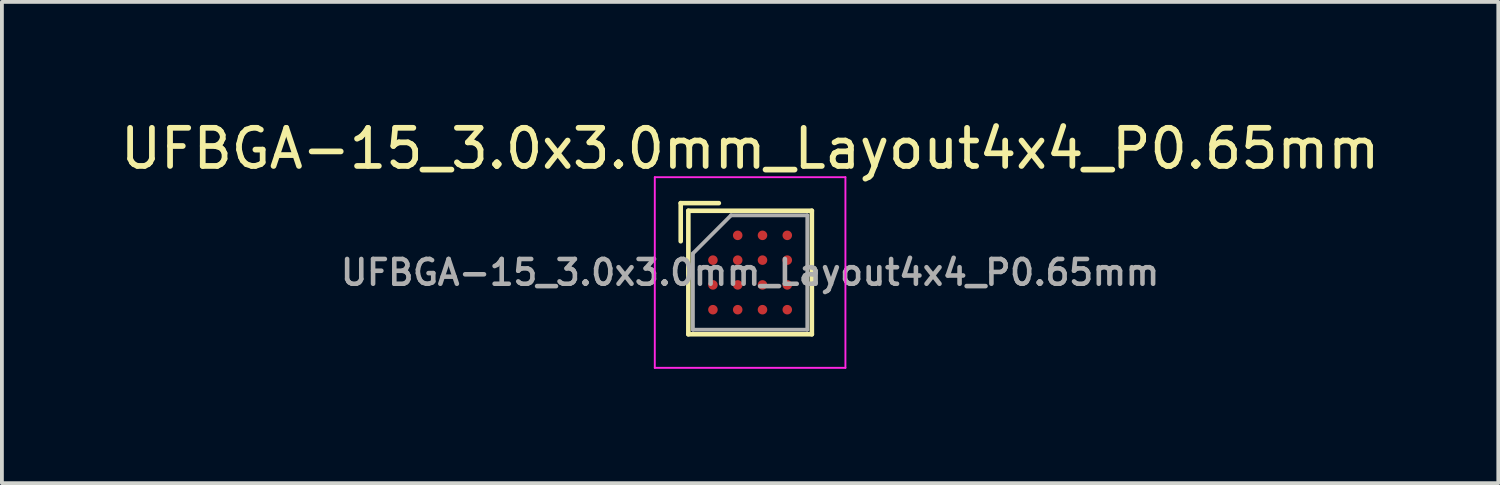
<source format=kicad_pcb>
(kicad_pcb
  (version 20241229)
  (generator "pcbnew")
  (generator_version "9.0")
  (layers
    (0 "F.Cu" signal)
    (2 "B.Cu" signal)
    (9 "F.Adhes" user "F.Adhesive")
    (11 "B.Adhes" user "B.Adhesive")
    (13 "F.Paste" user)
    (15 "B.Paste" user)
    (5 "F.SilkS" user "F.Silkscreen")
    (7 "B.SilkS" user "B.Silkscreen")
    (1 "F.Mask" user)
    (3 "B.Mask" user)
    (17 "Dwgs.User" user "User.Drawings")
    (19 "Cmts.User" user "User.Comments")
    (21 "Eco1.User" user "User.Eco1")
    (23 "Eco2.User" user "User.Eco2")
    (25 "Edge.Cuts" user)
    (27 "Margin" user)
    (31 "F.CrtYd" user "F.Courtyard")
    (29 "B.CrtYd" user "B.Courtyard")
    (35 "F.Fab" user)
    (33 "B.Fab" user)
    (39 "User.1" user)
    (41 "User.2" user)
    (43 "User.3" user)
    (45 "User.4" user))
  (footprint "UFBGA-15_3.0x3.0mm_Layout4x4_P0.65mm"
    (layer "F.Cu")
    (at 16.625 4.098)
    (property "Reference" "UFBGA-15_3.0x3.0mm_Layout4x4_P0.65mm" (at 0 -3.25 0) (layer "F.SilkS") (effects (font (size 1 1) (thickness 0.15))))
    (attr smd)
    (fp_line (start -1.82 -1.82) (end -1.82 -0.82) (stroke (width 0.12) (type solid)) (layer "F.SilkS"))
    (fp_line (start -1.62 -1.62) (end 1.62 -1.62) (stroke (width 0.12) (type solid)) (layer "F.SilkS"))
    (fp_line (start -1.62 1.62) (end -1.62 -1.62) (stroke (width 0.12) (type solid)) (layer "F.SilkS"))
    (fp_line (start -0.82 -1.82) (end -1.82 -1.82) (stroke (width 0.12) (type solid)) (layer "F.SilkS"))
    (fp_line (start 1.62 -1.62) (end 1.62 1.62) (stroke (width 0.12) (type solid)) (layer "F.SilkS"))
    (fp_line (start 1.62 1.62) (end -1.62 1.62) (stroke (width 0.12) (type solid)) (layer "F.SilkS"))
    (fp_line (start -2.5 -2.5) (end -2.5 2.5) (stroke (width 0.05) (type solid)) (layer "F.CrtYd"))
    (fp_line (start -2.5 -2.5) (end 2.5 -2.5) (stroke (width 0.05) (type solid)) (layer "F.CrtYd"))
    (fp_line (start 2.5 2.5) (end -2.5 2.5) (stroke (width 0.05) (type solid)) (layer "F.CrtYd"))
    (fp_line (start 2.5 2.5) (end 2.5 -2.5) (stroke (width 0.05) (type solid)) (layer "F.CrtYd"))
    (fp_line (start -1.5 -0.5) (end -0.5 -1.5) (stroke (width 0.1) (type solid)) (layer "F.Fab"))
    (fp_line (start -1.5 1.5) (end -1.5 -0.5) (stroke (width 0.1) (type solid)) (layer "F.Fab"))
    (fp_line (start -0.5 -1.5) (end 1.5 -1.5) (stroke (width 0.1) (type solid)) (layer "F.Fab"))
    (fp_line (start 1.5 -1.5) (end 1.5 1.5) (stroke (width 0.1) (type solid)) (layer "F.Fab"))
    (fp_line (start 1.5 1.5) (end -1.5 1.5) (stroke (width 0.1) (type solid)) (layer "F.Fab"))
    (fp_text user "${REFERENCE}" (at 0 0 0) (layer "F.Fab") (effects (font (size 0.65 0.65) (thickness 0.12))))
    (pad "A2" smd circle (at -0.325 -0.975) (size 0.25 0.25) (layers "F.Cu" "F.Mask" "F.Paste"))
    (pad "A3" smd circle (at 0.325 -0.975) (size 0.25 0.25) (layers "F.Cu" "F.Mask" "F.Paste"))
    (pad "A4" smd circle (at 0.975 -0.975) (size 0.25 0.25) (layers "F.Cu" "F.Mask" "F.Paste"))
    (pad "B1" smd circle (at -0.975 -0.325) (size 0.25 0.25) (layers "F.Cu" "F.Mask" "F.Paste"))
    (pad "B2" smd circle (at -0.325 -0.325) (size 0.25 0.25) (layers "F.Cu" "F.Mask" "F.Paste"))
    (pad "B3" smd circle (at 0.325 -0.325) (size 0.25 0.25) (layers "F.Cu" "F.Mask" "F.Paste"))
    (pad "B4" smd circle (at 0.975 -0.325) (size 0.25 0.25) (layers "F.Cu" "F.Mask" "F.Paste"))
    (pad "C1" smd circle (at -0.975 0.325) (size 0.25 0.25) (layers "F.Cu" "F.Mask" "F.Paste"))
    (pad "C2" smd circle (at -0.325 0.325) (size 0.25 0.25) (layers "F.Cu" "F.Mask" "F.Paste"))
    (pad "C3" smd circle (at 0.325 0.325) (size 0.25 0.25) (layers "F.Cu" "F.Mask" "F.Paste"))
    (pad "C4" smd circle (at 0.975 0.325) (size 0.25 0.25) (layers "F.Cu" "F.Mask" "F.Paste"))
    (pad "D1" smd circle (at -0.975 0.975) (size 0.25 0.25) (layers "F.Cu" "F.Mask" "F.Paste"))
    (pad "D2" smd circle (at -0.325 0.975) (size 0.25 0.25) (layers "F.Cu" "F.Mask" "F.Paste"))
    (pad "D3" smd circle (at 0.325 0.975) (size 0.25 0.25) (layers "F.Cu" "F.Mask" "F.Paste"))
    (pad "D4" smd circle (at 0.975 0.975) (size 0.25 0.25) (layers "F.Cu" "F.Mask" "F.Paste")))
  (gr_rect
    (start -3 -3)
    (end 36.25 9.623)
    (stroke (width 0.1) (type default))
    (fill no)
    (layer "Edge.Cuts")))
</source>
